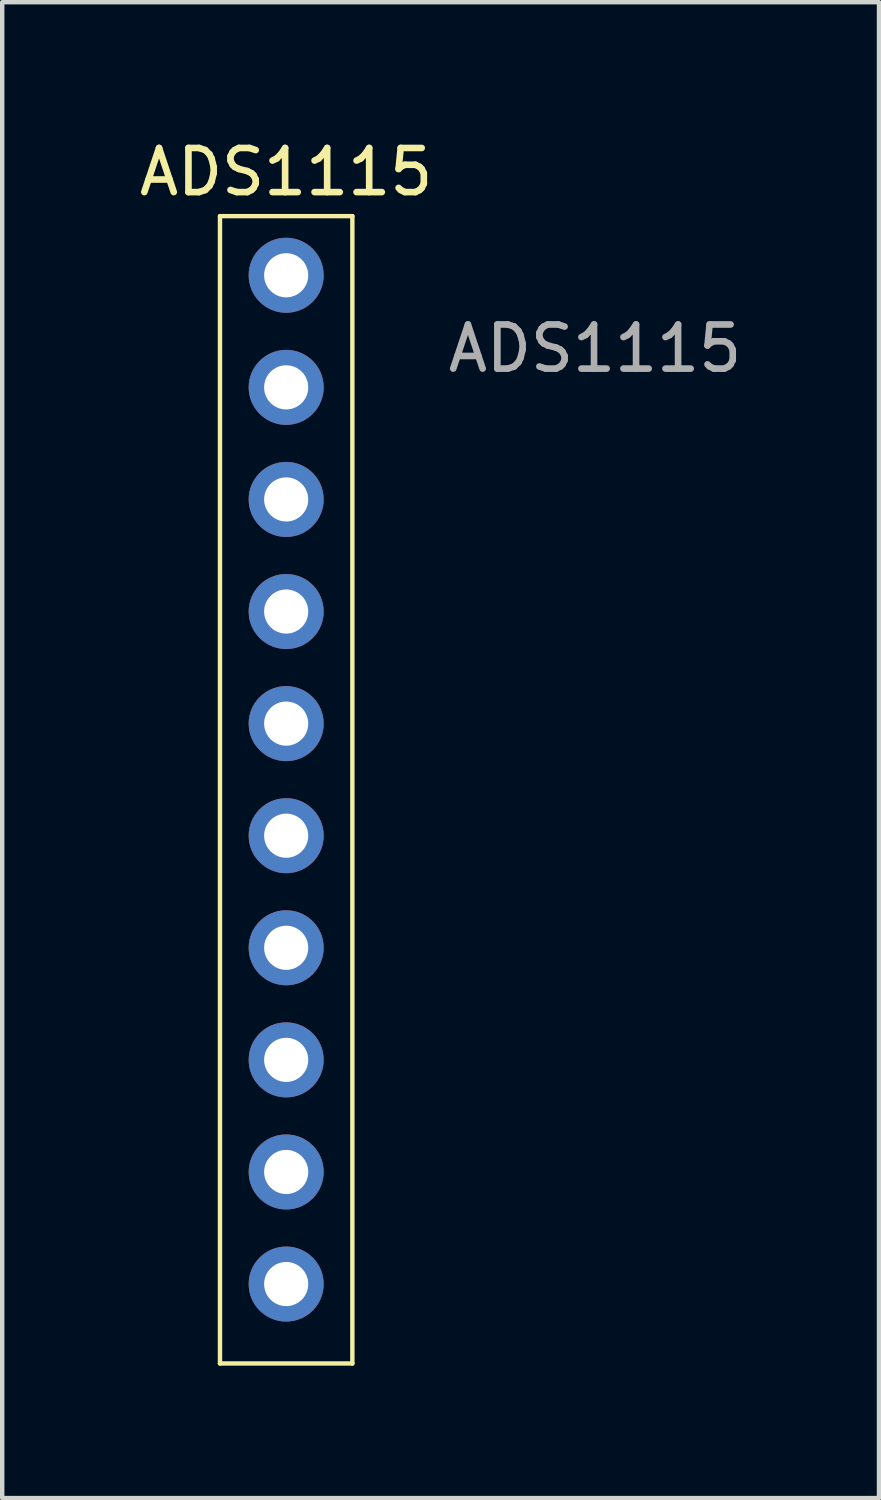
<source format=kicad_pcb>
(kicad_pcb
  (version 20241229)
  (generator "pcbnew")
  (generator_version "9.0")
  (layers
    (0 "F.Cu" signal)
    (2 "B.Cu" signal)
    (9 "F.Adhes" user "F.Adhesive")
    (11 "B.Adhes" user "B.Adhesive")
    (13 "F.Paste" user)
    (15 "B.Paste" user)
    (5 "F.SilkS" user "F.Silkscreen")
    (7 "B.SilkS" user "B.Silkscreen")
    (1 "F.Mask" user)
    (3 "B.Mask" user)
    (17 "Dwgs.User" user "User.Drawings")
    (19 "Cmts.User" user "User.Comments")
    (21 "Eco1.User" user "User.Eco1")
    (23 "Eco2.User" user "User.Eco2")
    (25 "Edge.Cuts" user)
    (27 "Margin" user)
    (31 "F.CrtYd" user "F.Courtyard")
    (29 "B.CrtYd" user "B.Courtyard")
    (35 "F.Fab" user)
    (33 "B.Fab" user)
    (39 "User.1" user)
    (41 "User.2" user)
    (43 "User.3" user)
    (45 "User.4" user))
  (footprint "ADS1115"
    (layer "F.Cu")
    (at 3.435 13.348)
    (property "Reference" "ADS1115" (at 0 -12.5 0) (unlocked yes) (layer "F.SilkS") (effects (font (size 1 1) (thickness 0.15))))
    (attr through_hole)
    (fp_line (start -1.5 -11.5) (end 1.5 -11.5) (stroke (width 0.1) (type default)) (layer "F.SilkS"))
    (fp_line (start -1.5 14.5) (end -1.5 -11.5) (stroke (width 0.1) (type default)) (layer "F.SilkS"))
    (fp_line (start 1.5 -11.5) (end 1.5 14.5) (stroke (width 0.1) (type default)) (layer "F.SilkS"))
    (fp_line (start 1.5 14.5) (end -1.5 14.5) (stroke (width 0.1) (type default)) (layer "F.SilkS"))
    (fp_text user "${REFERENCE}" (at 7 -8.5 0) (unlocked yes) (layer "F.Fab") (effects (font (size 1 1) (thickness 0.15))))
    (pad "1" thru_hole circle (at 0 -10.16) (size 1.7 1.7) (drill 1) (layers "*.Cu" "*.Mask"))
    (pad "2" thru_hole circle (at 0 -7.62) (size 1.7 1.7) (drill 1) (layers "*.Cu" "*.Mask"))
    (pad "3" thru_hole circle (at 0 -5.08) (size 1.7 1.7) (drill 1) (layers "*.Cu" "*.Mask"))
    (pad "4" thru_hole circle (at 0 -2.54) (size 1.7 1.7) (drill 1) (layers "*.Cu" "*.Mask"))
    (pad "5" thru_hole circle (at 0 0) (size 1.7 1.7) (drill 1) (layers "*.Cu" "*.Mask"))
    (pad "6" thru_hole circle (at 0 2.54) (size 1.7 1.7) (drill 1) (layers "*.Cu" "*.Mask"))
    (pad "7" thru_hole circle (at 0 5.08) (size 1.7 1.7) (drill 1) (layers "*.Cu" "*.Mask"))
    (pad "8" thru_hole circle (at 0 7.62) (size 1.7 1.7) (drill 1) (layers "*.Cu" "*.Mask"))
    (pad "9" thru_hole circle (at 0 10.16) (size 1.7 1.7) (drill 1) (layers "*.Cu" "*.Mask"))
    (pad "10" thru_hole circle (at 0 12.7) (size 1.7 1.7) (drill 1) (layers "*.Cu" "*.Mask")))
  (gr_rect
    (start -3 -3)
    (end 16.869 30.898)
    (stroke (width 0.1) (type default))
    (fill no)
    (layer "Edge.Cuts")))
</source>
